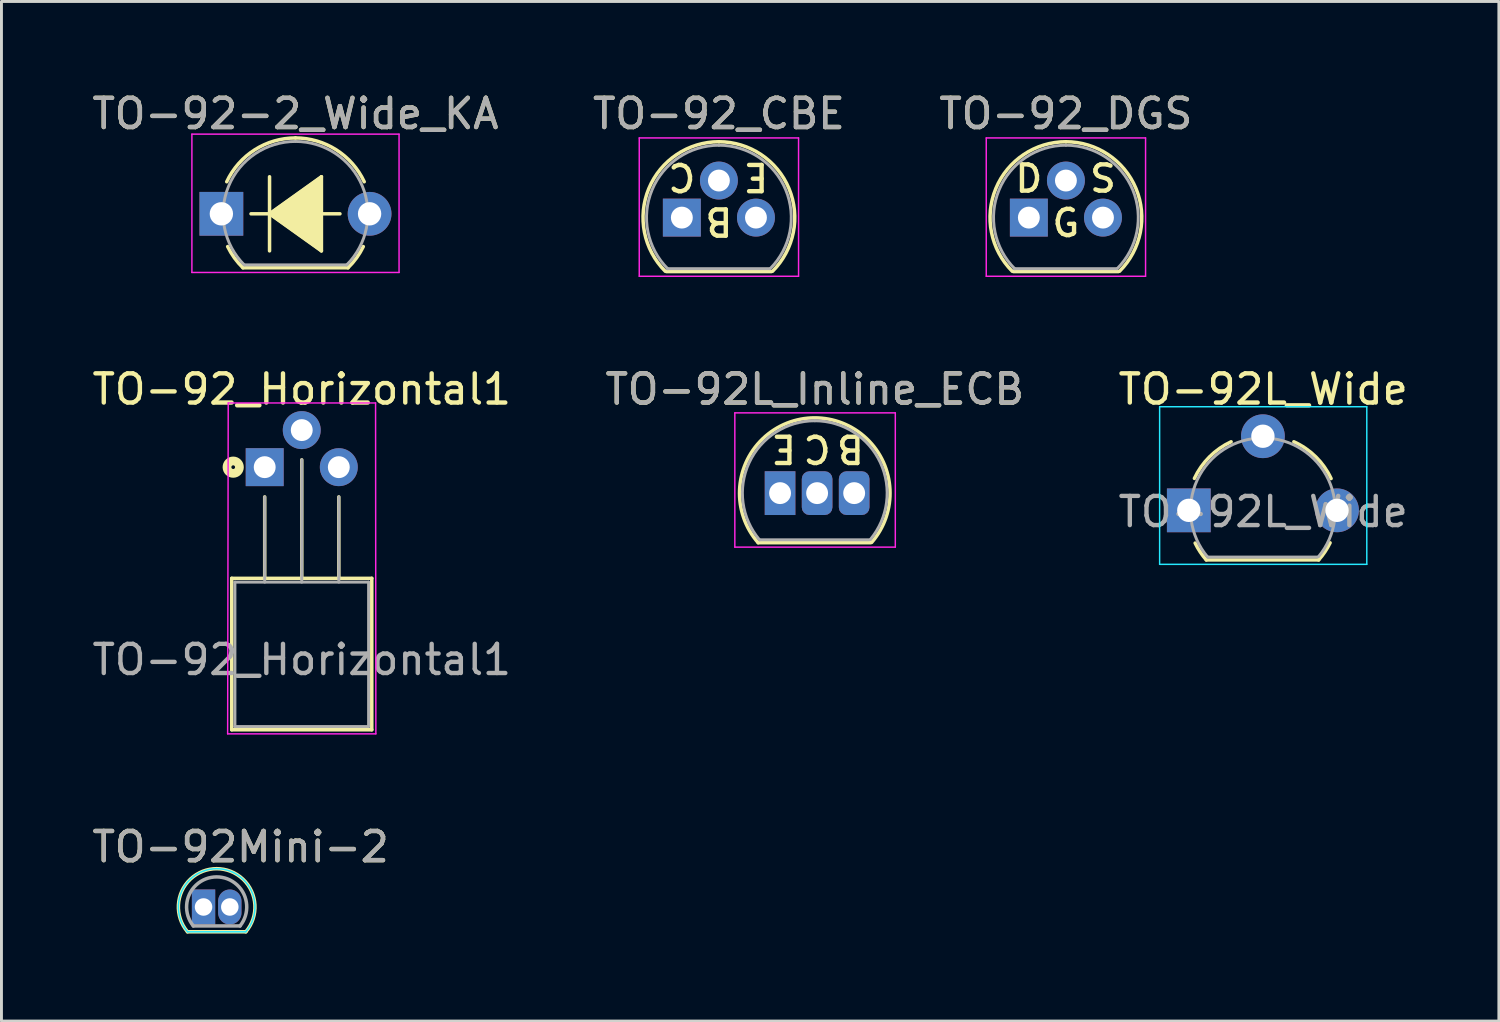
<source format=kicad_pcb>
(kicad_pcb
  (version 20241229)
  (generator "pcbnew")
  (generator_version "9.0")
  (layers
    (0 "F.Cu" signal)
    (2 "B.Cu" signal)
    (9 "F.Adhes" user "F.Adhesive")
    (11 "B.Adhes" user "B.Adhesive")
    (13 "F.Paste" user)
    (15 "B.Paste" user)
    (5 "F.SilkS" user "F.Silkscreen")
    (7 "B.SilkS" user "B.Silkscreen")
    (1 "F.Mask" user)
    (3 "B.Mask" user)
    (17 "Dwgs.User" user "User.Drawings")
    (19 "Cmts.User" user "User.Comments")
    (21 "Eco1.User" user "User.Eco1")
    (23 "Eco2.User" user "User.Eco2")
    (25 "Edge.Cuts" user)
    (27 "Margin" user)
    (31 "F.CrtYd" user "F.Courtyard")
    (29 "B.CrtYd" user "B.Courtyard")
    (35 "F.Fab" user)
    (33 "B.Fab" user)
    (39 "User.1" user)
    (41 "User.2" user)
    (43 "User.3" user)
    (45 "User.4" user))
  (footprint "TO-92-2_Wide_KA"
    (layer "F.Cu")
    (at 4.537 4.278)
    (property "Reference" "TO-92-2_Wide_KA" (at 2.54 -3.43 0) (layer "F.SilkS") (effects (font (size 1 1) (thickness 0.15))))
    (attr through_hole)
    (fp_line (start 0.74 1.85) (end 4.34 1.85) (stroke (width 0.12) (type solid)) (layer "F.SilkS"))
    (fp_line (start 1.016 0) (end 1.651 0) (stroke (width 0.12) (type solid)) (layer "F.SilkS"))
    (fp_line (start 1.651 0) (end 1.651 -1.27) (stroke (width 0.12) (type solid)) (layer "F.SilkS"))
    (fp_line (start 1.651 0) (end 3.429 -1.27) (stroke (width 0.12) (type solid)) (layer "F.SilkS"))
    (fp_line (start 1.651 1.27) (end 1.651 0) (stroke (width 0.12) (type solid)) (layer "F.SilkS"))
    (fp_line (start 3.429 -1.27) (end 3.429 1.27) (stroke (width 0.12) (type solid)) (layer "F.SilkS"))
    (fp_line (start 3.429 1.27) (end 1.651 0) (stroke (width 0.12) (type solid)) (layer "F.SilkS"))
    (fp_line (start 4.064 0) (end 3.429 0) (stroke (width 0.12) (type solid)) (layer "F.SilkS"))
    (fp_arc (start 0.1836 -1.098807) (mid 1.143021 -2.192817) (end 2.54 -2.6) (stroke (width 0.12) (type solid)) (layer "F.SilkS"))
    (fp_arc (start 0.74 1.85) (mid 0.446097 1.509328) (end 0.215816 1.122795) (stroke (width 0.12) (type solid)) (layer "F.SilkS"))
    (fp_arc (start 2.54 -2.6) (mid 3.936979 -2.192818) (end 4.8964 -1.098807) (stroke (width 0.12) (type solid)) (layer "F.SilkS"))
    (fp_arc (start 4.864184 1.122795) (mid 4.633903 1.509328) (end 4.34 1.85) (stroke (width 0.12) (type solid)) (layer "F.SilkS"))
    (fp_poly (pts (xy 3.429 1.27) (xy 1.651 0) (xy 3.429 -1.27)) (stroke (width 0.1) (type solid)) (fill yes) (layer "F.SilkS"))
    (fp_line (start -1.01 -2.73) (end -1.01 2.01) (stroke (width 0.05) (type solid)) (layer "F.CrtYd"))
    (fp_line (start -1.01 -2.73) (end 6.09 -2.73) (stroke (width 0.05) (type solid)) (layer "F.CrtYd"))
    (fp_line (start 6.09 2.01) (end -1.01 2.01) (stroke (width 0.05) (type solid)) (layer "F.CrtYd"))
    (fp_line (start 6.09 2.01) (end 6.09 -2.73) (stroke (width 0.05) (type solid)) (layer "F.CrtYd"))
    (fp_line (start 0.8 1.75) (end 4.3 1.75) (stroke (width 0.1) (type solid)) (layer "F.Fab"))
    (fp_arc (start 0.786375 1.753625) (mid 0.248779 -0.949055) (end 2.54 -2.48) (stroke (width 0.1) (type solid)) (layer "F.Fab"))
    (fp_arc (start 2.54 -2.48) (mid 4.831221 -0.949055) (end 4.293625 1.753625) (stroke (width 0.1) (type solid)) (layer "F.Fab"))
    (fp_text user "${REFERENCE}" (at 2.54 -3.43 0) (layer "F.Fab") (effects (font (size 1 1) (thickness 0.15))))
    (pad "1" thru_hole rect (at 0 0 90) (size 1.5 1.5) (drill 0.8) (layers "*.Cu" "*.Mask"))
    (pad "2" thru_hole circle (at 5.08 0 90) (size 1.5 1.5) (drill 0.8) (layers "*.Cu" "*.Mask")))
  (footprint "TO-92L_Wide"
    (layer "F.Cu")
    (at 37.694 14.441)
    (property "Reference" "TO-92L_Wide" (at 2.55 -4.15 0) (layer "F.SilkS") (effects (font (size 1 1) (thickness 0.15))))
    (attr through_hole)
    (fp_line (start 0.6 1.7) (end 4.45 1.7) (stroke (width 0.12) (type solid)) (layer "F.SilkS"))
    (fp_arc (start 0.192226 -1.094786) (mid 0.710119 -1.833613) (end 1.45 -2.35) (stroke (width 0.12) (type solid)) (layer "F.SilkS"))
    (fp_arc (start 0.6 1.7) (mid 0.389183 1.423933) (end 0.217369 1.122045) (stroke (width 0.12) (type solid)) (layer "F.SilkS"))
    (fp_arc (start 3.6 -2.35) (mid 4.351408 -1.834367) (end 4.876463 -1.089513) (stroke (width 0.12) (type solid)) (layer "F.SilkS"))
    (fp_arc (start 4.842383 1.112264) (mid 4.666594 1.419753) (end 4.45 1.7) (stroke (width 0.12) (type solid)) (layer "F.SilkS"))
    (fp_line (start -1 -3.55) (end -1 1.85) (stroke (width 0.05) (type solid)) (layer "B.CrtYd"))
    (fp_line (start -1 1.85) (end 6.1 1.85) (stroke (width 0.05) (type solid)) (layer "B.CrtYd"))
    (fp_line (start 6.1 -3.55) (end -1 -3.55) (stroke (width 0.05) (type solid)) (layer "B.CrtYd"))
    (fp_line (start 6.1 1.85) (end 6.1 -3.55) (stroke (width 0.05) (type solid)) (layer "B.CrtYd"))
    (fp_line (start 0.65 1.6) (end 4.4 1.6) (stroke (width 0.1) (type solid)) (layer "F.Fab"))
    (fp_arc (start 0.647182 1.602385) (mid 0.290076 -1.043188) (end 2.54 -2.48) (stroke (width 0.1) (type solid)) (layer "F.Fab"))
    (fp_arc (start 2.54 -2.48) (mid 4.787211 -1.049019) (end 4.441103 1.592547) (stroke (width 0.1) (type solid)) (layer "F.Fab"))
    (fp_text user "${REFERENCE}" (at 2.55 0.05 0) (layer "F.Fab") (effects (font (size 1 1) (thickness 0.15))))
    (pad "1" thru_hole rect (at 0 0 90) (size 1.5 1.5) (drill 0.8) (layers "*.Cu" "*.Mask"))
    (pad "2" thru_hole circle (at 2.54 -2.54 90) (size 1.5 1.5) (drill 0.8) (layers "*.Cu" "*.Mask"))
    (pad "3" thru_hole circle (at 5.08 0 90) (size 1.5 1.5) (drill 0.8) (layers "*.Cu" "*.Mask")))
  (footprint "TO-92_DGS"
    (layer "F.Cu")
    (at 32.212 4.408)
    (property "Reference" "TO-92_DGS" (at 1.27 -3.56 0) (layer "F.SilkS") (effects (font (size 1 1) (thickness 0.15))))
    (attr through_hole)
    (fp_line (start -0.53 1.85) (end 3.07 1.85) (stroke (width 0.12) (type solid)) (layer "F.SilkS"))
    (fp_arc (start -0.568478 1.838478) (mid -1.132087 -0.994977) (end 1.27 -2.6) (stroke (width 0.12) (type solid)) (layer "F.SilkS"))
    (fp_arc (start 1.27 -2.6) (mid 3.672087 -0.994977) (end 3.108478 1.838478) (stroke (width 0.12) (type solid)) (layer "F.SilkS"))
    (fp_line (start -1.46 -2.73) (end -1.46 2.01) (stroke (width 0.05) (type solid)) (layer "F.CrtYd"))
    (fp_line (start -1.46 -2.73) (end 4 -2.73) (stroke (width 0.05) (type solid)) (layer "F.CrtYd"))
    (fp_line (start 4 2.01) (end -1.46 2.01) (stroke (width 0.05) (type solid)) (layer "F.CrtYd"))
    (fp_line (start 4 2.01) (end 4 -2.73) (stroke (width 0.05) (type solid)) (layer "F.CrtYd"))
    (fp_line (start -0.5 1.75) (end 3 1.75) (stroke (width 0.1) (type solid)) (layer "F.Fab"))
    (fp_arc (start -0.483625 1.753625) (mid -1.021221 -0.949055) (end 1.27 -2.48) (stroke (width 0.1) (type solid)) (layer "F.Fab"))
    (fp_arc (start 1.27 -2.48) (mid 3.561221 -0.949055) (end 3.023625 1.753625) (stroke (width 0.1) (type solid)) (layer "F.Fab"))
    (fp_text user "S" (at 2.54 -1.333 0) (layer "F.SilkS") (effects (font (size 0.9 0.9) (thickness 0.15))))
    (fp_text user "D" (at 0 -1.333 0) (layer "F.SilkS") (effects (font (size 0.9 0.9) (thickness 0.15))))
    (fp_text user "G" (at 1.27 0.191 0) (layer "F.SilkS") (effects (font (size 0.9 0.9) (thickness 0.15))))
    (fp_text user "${REFERENCE}" (at 1.27 -3.56 0) (layer "F.Fab") (effects (font (size 1 1) (thickness 0.15))))
    (pad "1" thru_hole rect (at 0 0 90) (size 1.3 1.3) (drill 0.75) (layers "*.Cu" "*.Mask"))
    (pad "2" thru_hole circle (at 1.27 -1.27 90) (size 1.3 1.3) (drill 0.75) (layers "*.Cu" "*.Mask"))
    (pad "3" thru_hole circle (at 2.54 0 90) (size 1.3 1.3) (drill 0.75) (layers "*.Cu" "*.Mask")))
  (footprint "TO-92_Horizontal1"
    (layer "F.Cu")
    (at 6.022 12.961)
    (property "Reference" "TO-92_Horizontal1" (at 1.27 -2.67 0) (layer "F.SilkS") (effects (font (size 1 1) (thickness 0.15))))
    (attr through_hole)
    (fp_line (start -1.13 3.81) (end 3.67 3.81) (stroke (width 0.12) (type solid)) (layer "F.SilkS"))
    (fp_line (start -1.13 9) (end -1.13 3.81) (stroke (width 0.12) (type solid)) (layer "F.SilkS"))
    (fp_line (start 0 1.02) (end 0 3.81) (stroke (width 0.12) (type solid)) (layer "F.SilkS"))
    (fp_line (start 1.27 -0.25) (end 1.27 3.81) (stroke (width 0.12) (type solid)) (layer "F.SilkS"))
    (fp_line (start 2.54 1.02) (end 2.54 3.81) (stroke (width 0.12) (type solid)) (layer "F.SilkS"))
    (fp_line (start 3.67 3.81) (end 3.67 9) (stroke (width 0.12) (type solid)) (layer "F.SilkS"))
    (fp_line (start 3.67 9) (end -1.13 9) (stroke (width 0.12) (type solid)) (layer "F.SilkS"))
    (fp_circle (center -1.079 0) (end -1.016 0) (stroke (width 0.3) (type solid)) (fill no) (layer "F.SilkS"))
    (fp_line (start -1.25 -2.2) (end -1.27 9.14) (stroke (width 0.05) (type solid)) (layer "F.CrtYd"))
    (fp_line (start -1.25 -2.2) (end 3.8 -2.2) (stroke (width 0.05) (type solid)) (layer "F.CrtYd"))
    (fp_line (start 3.81 9.14) (end -1.27 9.14) (stroke (width 0.05) (type solid)) (layer "F.CrtYd"))
    (fp_line (start 3.81 9.14) (end 3.8 -2.2) (stroke (width 0.05) (type solid)) (layer "F.CrtYd"))
    (fp_line (start -1.02 3.94) (end 3.56 3.94) (stroke (width 0.1) (type solid)) (layer "F.Fab"))
    (fp_line (start -1.02 8.89) (end -1.02 3.94) (stroke (width 0.1) (type solid)) (layer "F.Fab"))
    (fp_line (start 0 3.94) (end 0 1.02) (stroke (width 0.1) (type solid)) (layer "F.Fab"))
    (fp_line (start 1.27 3.94) (end 1.27 -0.25) (stroke (width 0.1) (type solid)) (layer "F.Fab"))
    (fp_line (start 2.54 3.94) (end 2.54 1.02) (stroke (width 0.1) (type solid)) (layer "F.Fab"))
    (fp_line (start 3.56 3.94) (end 3.56 8.89) (stroke (width 0.1) (type solid)) (layer "F.Fab"))
    (fp_line (start 3.56 8.89) (end -1.02 8.89) (stroke (width 0.1) (type solid)) (layer "F.Fab"))
    (fp_text user "${REFERENCE}" (at 1.27 6.6 0) (layer "F.Fab") (effects (font (size 1 1) (thickness 0.15))))
    (pad "1" thru_hole rect (at 0 0 90) (size 1.3 1.3) (drill 0.75) (layers "*.Cu" "*.Mask"))
    (pad "2" thru_hole circle (at 1.27 -1.27 90) (size 1.3 1.3) (drill 0.75) (layers "*.Cu" "*.Mask"))
    (pad "3" thru_hole circle (at 2.54 0 90) (size 1.3 1.3) (drill 0.75) (layers "*.Cu" "*.Mask")))
  (footprint "TO-92L_Inline_ECB"
    (layer "F.Cu")
    (at 23.685 13.851)
    (property "Reference" "TO-92L_Inline_ECB" (at 1.19 -3.56 0) (layer "F.SilkS") (effects (font (size 1 1) (thickness 0.15))))
    (fp_line (start -0.75 1.7) (end 3.1 1.7) (stroke (width 0.12) (type solid)) (layer "F.SilkS"))
    (fp_arc (start -0.75 1.7) (mid 1.183448 -2.579449) (end 3.138611 1.690122) (stroke (width 0.12) (type solid)) (layer "F.SilkS"))
    (fp_line (start -1.55 -2.75) (end -1.55 1.85) (stroke (width 0.05) (type solid)) (layer "F.CrtYd"))
    (fp_line (start -1.55 -2.75) (end 3.95 -2.75) (stroke (width 0.05) (type solid)) (layer "F.CrtYd"))
    (fp_line (start 3.95 1.85) (end -1.55 1.85) (stroke (width 0.05) (type solid)) (layer "F.CrtYd"))
    (fp_line (start 3.95 1.85) (end 3.95 -2.75) (stroke (width 0.05) (type solid)) (layer "F.CrtYd"))
    (fp_line (start -0.7 1.6) (end 3.05 1.6) (stroke (width 0.1) (type solid)) (layer "F.Fab"))
    (fp_arc (start -0.702818 1.602385) (mid -1.059924 -1.043188) (end 1.19 -2.48) (stroke (width 0.1) (type solid)) (layer "F.Fab"))
    (fp_arc (start 1.19 -2.48) (mid 3.437211 -1.049019) (end 3.091103 1.592547) (stroke (width 0.1) (type solid)) (layer "F.Fab"))
    (fp_text user "C" (at 1.27 -1.524 180) (unlocked yes) (layer "F.SilkS") (effects (font (size 0.9 0.9) (thickness 0.15))))
    (fp_text user "B" (at 2.413 -1.524 180) (unlocked yes) (layer "F.SilkS") (effects (font (size 0.9 0.9) (thickness 0.15))))
    (fp_text user "E" (at 0.127 -1.524 180) (unlocked yes) (layer "F.SilkS") (effects (font (size 0.9 0.9) (thickness 0.15))))
    (fp_text user "${REFERENCE}" (at 1.19 -3.56 0) (layer "F.Fab") (effects (font (size 1 1) (thickness 0.15))))
    (pad "1" thru_hole rect (at 0 0) (size 1.05 1.5) (drill 0.75) (layers "*.Cu" "*.Mask"))
    (pad "2" thru_hole roundrect (at 1.27 0) (size 1.05 1.5) (drill 0.75) (layers "*.Cu" "*.Mask") (roundrect_rratio 0.25))
    (pad "3" thru_hole roundrect (at 2.54 0) (size 1.05 1.5) (drill 0.75) (layers "*.Cu" "*.Mask") (roundrect_rratio 0.25)))
  (footprint "TO-92Mini-2"
    (layer "F.Cu")
    (at 3.926 28.035)
    (property "Reference" "TO-92Mini-2" (at 1.27 -2.06 0) (layer "F.SilkS") (effects (font (size 1 1) (thickness 0.15))))
    (attr through_hole)
    (fp_line (start -0.55 0.85) (end 1.45 0.85) (stroke (width 0.12) (type solid)) (layer "F.SilkS"))
    (fp_arc (start -0.55 0.85) (mid 0.45 -1.31244) (end 1.45 0.85) (stroke (width 0.12) (type solid)) (layer "F.SilkS"))
    (fp_line (start -0.55 0.85) (end 1.45 0.85) (stroke (width 0.05) (type solid)) (layer "B.CrtYd"))
    (fp_arc (start -0.550431 0.849492) (mid 0.450333 -1.31244) (end 1.45 0.85) (stroke (width 0.05) (type solid)) (layer "B.CrtYd"))
    (fp_line (start -0.35 0.65) (end 1.25 0.65) (stroke (width 0.12) (type solid)) (layer "F.Fab"))
    (fp_arc (start -0.349861 0.650171) (mid 0.44989 -1.030776) (end 1.25 0.65) (stroke (width 0.12) (type solid)) (layer "F.Fab"))
    (fp_text user "${REFERENCE}" (at 1.27 -2.06 0) (layer "F.Fab") (effects (font (size 1 1) (thickness 0.15))))
    (pad "1" thru_hole rect (at 0 0 180) (size 0.8 1.2) (drill 0.6) (layers "*.Cu" "*.Mask"))
    (pad "2" thru_hole oval (at 0.9 0 180) (size 0.8 1.2) (drill 0.6) (layers "*.Cu" "*.Mask")))
  (footprint "TO-92_CBE"
    (layer "F.Cu")
    (at 20.319 4.408)
    (property "Reference" "TO-92_CBE" (at 1.27 -3.56 0) (layer "F.SilkS") (effects (font (size 1 1) (thickness 0.15))))
    (fp_line (start -0.53 1.85) (end 3.07 1.85) (stroke (width 0.12) (type solid)) (layer "F.SilkS"))
    (fp_arc (start -0.568478 1.838478) (mid -1.132087 -0.994977) (end 1.27 -2.6) (stroke (width 0.12) (type solid)) (layer "F.SilkS"))
    (fp_arc (start 1.27 -2.6) (mid 3.672087 -0.994977) (end 3.108478 1.838478) (stroke (width 0.12) (type solid)) (layer "F.SilkS"))
    (fp_line (start -1.46 -2.73) (end -1.46 2.01) (stroke (width 0.05) (type solid)) (layer "F.CrtYd"))
    (fp_line (start -1.46 -2.73) (end 4 -2.73) (stroke (width 0.05) (type solid)) (layer "F.CrtYd"))
    (fp_line (start 4 2.01) (end -1.46 2.01) (stroke (width 0.05) (type solid)) (layer "F.CrtYd"))
    (fp_line (start 4 2.01) (end 4 -2.73) (stroke (width 0.05) (type solid)) (layer "F.CrtYd"))
    (fp_line (start -0.5 1.75) (end 3 1.75) (stroke (width 0.1) (type solid)) (layer "F.Fab"))
    (fp_arc (start -0.483625 1.753625) (mid -1.021221 -0.949055) (end 1.27 -2.48) (stroke (width 0.1) (type solid)) (layer "F.Fab"))
    (fp_arc (start 1.27 -2.48) (mid 3.561221 -0.949055) (end 3.023625 1.753625) (stroke (width 0.1) (type solid)) (layer "F.Fab"))
    (fp_text user "E" (at 2.54 -1.397 180) (unlocked yes) (layer "F.SilkS") (effects (font (size 0.9 0.9) (thickness 0.15))))
    (fp_text user "C" (at 0 -1.397 180) (unlocked yes) (layer "F.SilkS") (effects (font (size 0.9 0.9) (thickness 0.15))))
    (fp_text user "B" (at 1.27 0.127 180) (unlocked yes) (layer "F.SilkS") (effects (font (size 0.9 0.9) (thickness 0.15))))
    (fp_text user "${REFERENCE}" (at 1.27 -3.56 0) (layer "F.Fab") (effects (font (size 1 1) (thickness 0.15))))
    (pad "1" thru_hole rect (at 0 0 90) (size 1.3 1.3) (drill 0.75) (layers "*.Cu" "*.Mask"))
    (pad "2" thru_hole circle (at 1.27 -1.27 90) (size 1.3 1.3) (drill 0.75) (layers "*.Cu" "*.Mask"))
    (pad "3" thru_hole circle (at 2.54 0 90) (size 1.3 1.3) (drill 0.75) (layers "*.Cu" "*.Mask")))
  (gr_rect
    (start -3 -3)
    (end 48.321 31.945)
    (stroke (width 0.1) (type default))
    (fill no)
    (layer "Edge.Cuts")))
</source>
